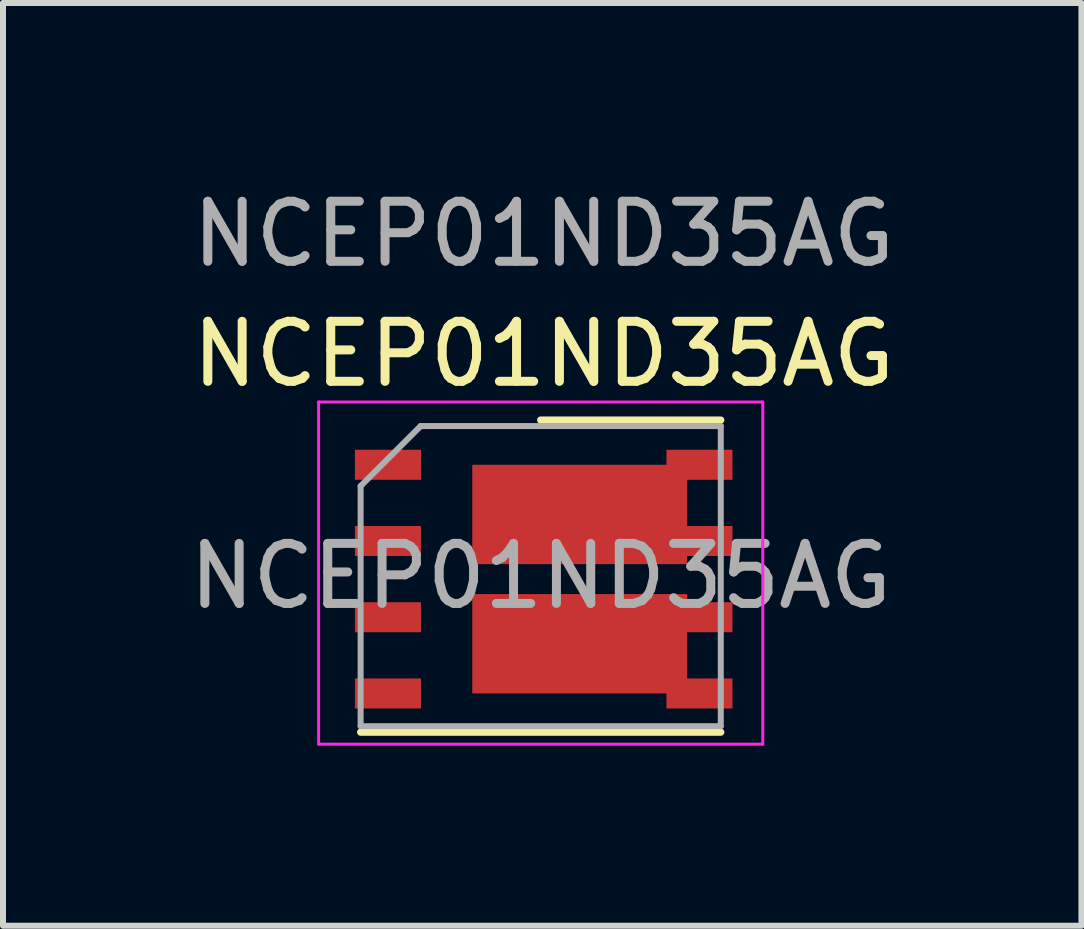
<source format=kicad_pcb>
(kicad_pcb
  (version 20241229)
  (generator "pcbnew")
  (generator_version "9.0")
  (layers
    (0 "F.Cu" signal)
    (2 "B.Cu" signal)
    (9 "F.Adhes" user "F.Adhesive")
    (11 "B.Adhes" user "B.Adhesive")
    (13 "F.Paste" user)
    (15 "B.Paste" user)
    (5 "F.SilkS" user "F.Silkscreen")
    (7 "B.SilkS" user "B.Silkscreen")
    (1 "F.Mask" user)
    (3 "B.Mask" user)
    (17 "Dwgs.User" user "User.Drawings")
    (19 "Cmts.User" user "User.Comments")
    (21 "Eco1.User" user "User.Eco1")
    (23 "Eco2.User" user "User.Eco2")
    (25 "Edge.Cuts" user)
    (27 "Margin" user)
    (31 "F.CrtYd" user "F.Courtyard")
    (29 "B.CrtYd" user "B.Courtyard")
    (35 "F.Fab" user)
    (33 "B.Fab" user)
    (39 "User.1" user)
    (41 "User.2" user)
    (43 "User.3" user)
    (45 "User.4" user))
  (footprint "NCEP01ND35AG"
    (layer "F.Cu")
    (at 6.008 6.598)
    (property "Reference" "NCEP01ND35AG" (at 0 -3.75 0) (unlocked yes) (layer "F.SilkS") (effects (font (size 1 1) (thickness 0.15))))
    (attr smd)
    (fp_line (start -3.05 2.55) (end 2.95 2.55) (stroke (width 0.12) (type solid)) (layer "F.SilkS"))
    (fp_line (start -0.05 -2.65) (end 2.95 -2.65) (stroke (width 0.12) (type solid)) (layer "F.SilkS"))
    (fp_line (start -3.75 -2.95) (end 3.65 -2.95) (stroke (width 0.05) (type solid)) (layer "F.CrtYd"))
    (fp_line (start -3.75 2.75) (end -3.75 -2.95) (stroke (width 0.05) (type solid)) (layer "F.CrtYd"))
    (fp_line (start 3.65 -2.95) (end 3.65 2.75) (stroke (width 0.05) (type solid)) (layer "F.CrtYd"))
    (fp_line (start 3.65 2.75) (end -3.75 2.75) (stroke (width 0.05) (type solid)) (layer "F.CrtYd"))
    (fp_line (start -3.05 2.45) (end -3.05 -1.55) (stroke (width 0.1) (type solid)) (layer "F.Fab"))
    (fp_line (start -2.05 -2.55) (end -3.05 -1.55) (stroke (width 0.1) (type solid)) (layer "F.Fab"))
    (fp_line (start -2.05 -2.55) (end 2.95 -2.55) (stroke (width 0.1) (type solid)) (layer "F.Fab"))
    (fp_line (start 2.95 -2.55) (end 2.95 2.45) (stroke (width 0.1) (type solid)) (layer "F.Fab"))
    (fp_line (start 2.95 2.45) (end -3.05 2.45) (stroke (width 0.1) (type solid)) (layer "F.Fab"))
    (fp_text user "${REFERENCE}" (at -0.05 -0.05 0) (layer "F.Fab") (effects (font (size 1 1) (thickness 0.15))))
    (fp_text user "${REFERENCE}" (at 0 -5.75 0) (unlocked yes) (layer "F.Fab") (effects (font (size 1 1) (thickness 0.15))))
    (pad "" smd rect (at -0.762 0.637 270) (size 0.675 0.725) (layers "F.Paste"))
    (pad "" smd rect (at -0.762 1.525 270) (size 0.7 0.725) (layers "F.Paste"))
    (pad "" smd rect (at -0.75 -1.475 270) (size 0.675 0.725) (layers "F.Paste"))
    (pad "" smd rect (at -0.75 -0.7 270) (size 0.7 0.725) (layers "F.Paste"))
    (pad "" smd rect (at 0.6 -1.475 270) (size 0.675 0.8) (layers "F.Paste"))
    (pad "" smd rect (at 0.6 -0.8 270) (size 0.7 0.8) (layers "F.Paste"))
    (pad "" smd rect (at 0.625 0.637 270) (size 0.675 0.8) (layers "F.Paste"))
    (pad "" smd rect (at 0.625 1.525 270) (size 0.7 0.8) (layers "F.Paste"))
    (pad "" smd rect (at 1.9 -1.475 270) (size 0.675 0.775) (layers "F.Paste"))
    (pad "" smd rect (at 1.925 -0.7 270) (size 0.7 0.8) (layers "F.Paste"))
    (pad "" smd rect (at 1.938 0.637 270) (size 0.675 0.775) (layers "F.Paste"))
    (pad "" smd rect (at 1.95 1.525 270) (size 0.7 0.8) (layers "F.Paste"))
    (pad "1" smd rect (at -2.595 -1.905 270) (size 0.5 1.1) (layers "F.Cu" "F.Mask" "F.Paste"))
    (pad "2" smd rect (at -2.595 -0.635 270) (size 0.5 1.1) (layers "F.Cu" "F.Mask" "F.Paste"))
    (pad "3" smd rect (at -2.595 0.635 270) (size 0.5 1.1) (layers "F.Cu" "F.Mask" "F.Paste"))
    (pad "4" smd rect (at -2.595 1.905 270) (size 0.5 1.1) (layers "F.Cu" "F.Mask" "F.Paste"))
    (pad "5" smd rect (at 2.595 1.905 270) (size 0.5 1.1) (layers "F.Cu" "F.Mask" "F.Paste"))
    (pad "6" smd rect (at 0.6 1.077) (size 3.58 1.655) (layers "F.Cu" "F.Mask"))
    (pad "6" smd rect (at 2.595 0.635 270) (size 0.5 1.1) (layers "F.Cu" "F.Mask" "F.Paste"))
    (pad "7" smd rect (at 2.595 -0.635 270) (size 0.5 1.1) (layers "F.Cu" "F.Mask" "F.Paste"))
    (pad "8" smd rect (at 0.6 -1.077) (size 3.58 1.655) (layers "F.Cu" "F.Mask"))
    (pad "8" smd rect (at 2.595 -1.905 270) (size 0.5 1.1) (layers "F.Cu" "F.Mask" "F.Paste")))
  (gr_rect
    (start -3 -3)
    (end 14.967 12.373)
    (stroke (width 0.1) (type default))
    (fill no)
    (layer "Edge.Cuts")))
</source>
